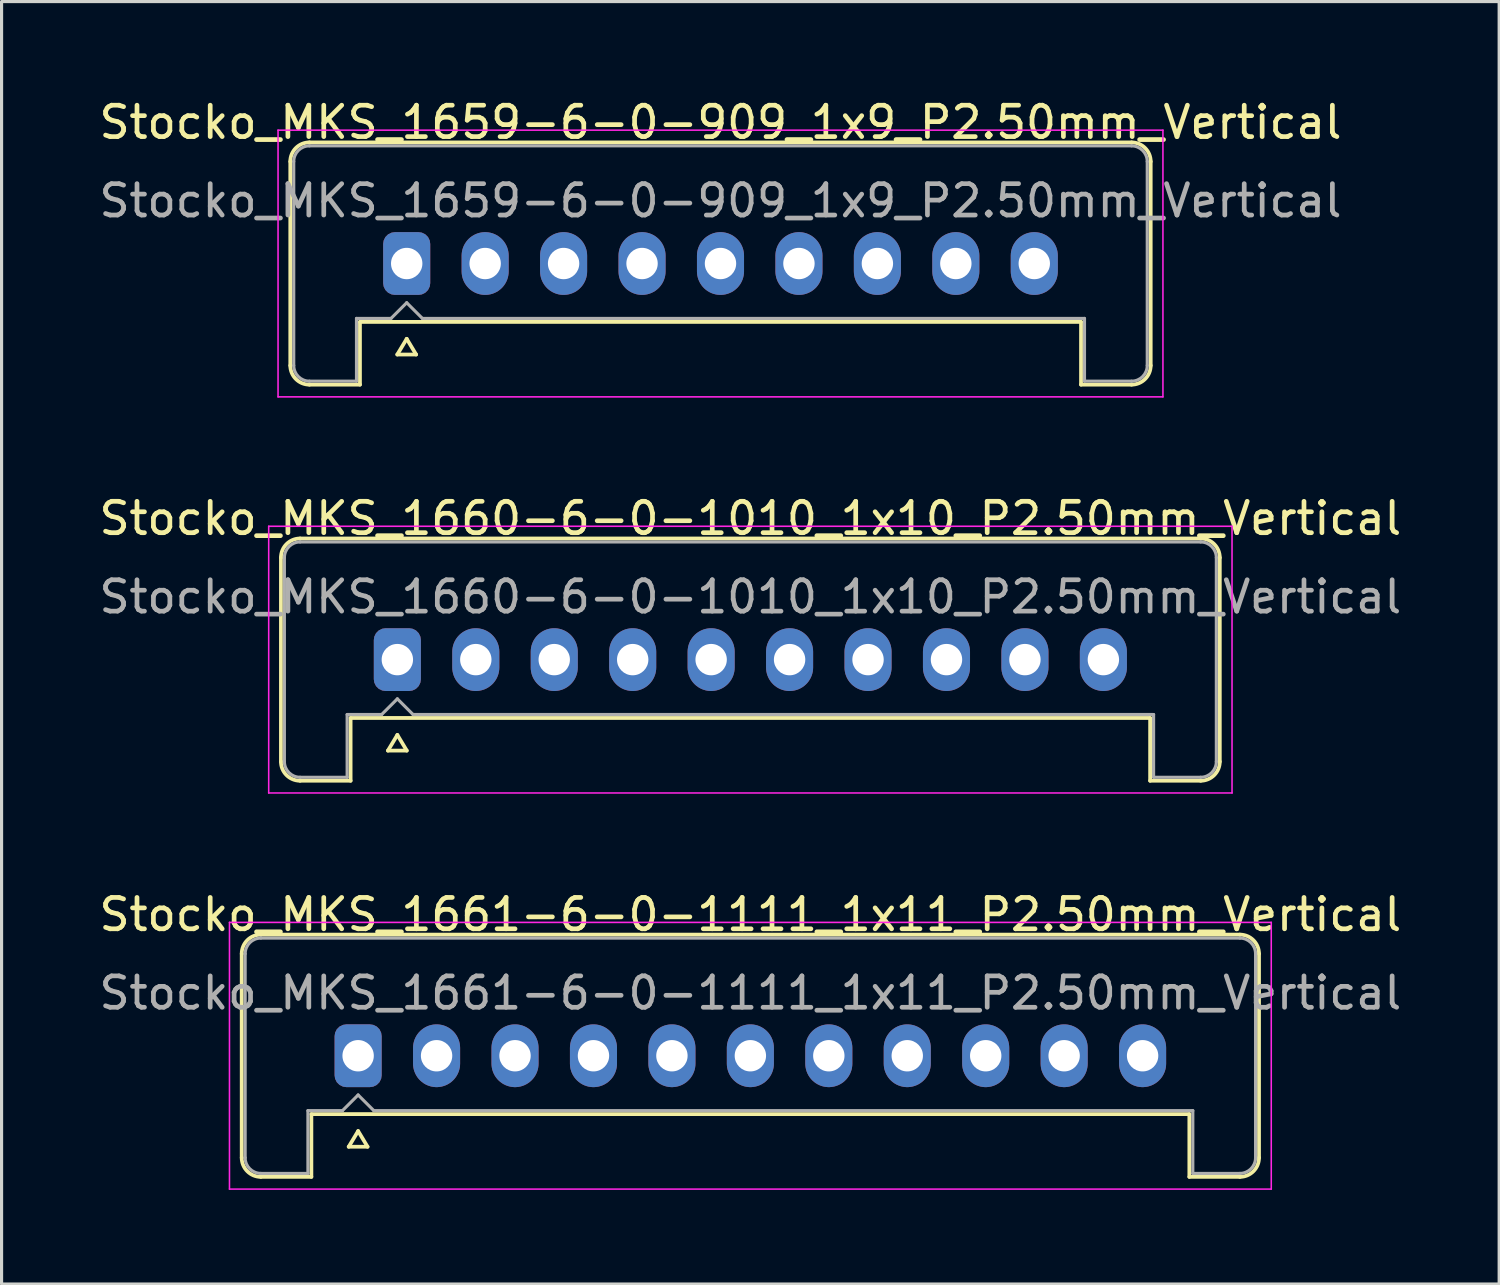
<source format=kicad_pcb>
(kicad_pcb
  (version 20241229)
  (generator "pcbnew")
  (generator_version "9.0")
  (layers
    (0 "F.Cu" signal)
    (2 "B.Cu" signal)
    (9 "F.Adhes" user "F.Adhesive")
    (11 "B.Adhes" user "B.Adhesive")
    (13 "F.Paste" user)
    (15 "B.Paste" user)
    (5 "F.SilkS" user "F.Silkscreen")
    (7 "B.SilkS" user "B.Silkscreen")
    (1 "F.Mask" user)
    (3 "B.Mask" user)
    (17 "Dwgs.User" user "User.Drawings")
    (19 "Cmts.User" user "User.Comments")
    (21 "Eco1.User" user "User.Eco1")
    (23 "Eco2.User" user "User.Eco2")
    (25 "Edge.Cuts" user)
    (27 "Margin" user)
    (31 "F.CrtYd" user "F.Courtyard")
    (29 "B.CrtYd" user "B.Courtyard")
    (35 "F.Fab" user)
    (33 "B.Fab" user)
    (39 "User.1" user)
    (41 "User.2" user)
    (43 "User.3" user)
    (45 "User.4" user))
  (footprint "Stocko_MKS_1659-6-0-909_1x9_P2.50mm_Vertical"
    (layer "F.Cu")
    (at 9.911 5.348)
    (property "Reference" "Stocko_MKS_1659-6-0-909_1x9_P2.50mm_Vertical" (at 10 -4.5 0) (layer "F.SilkS") (effects (font (size 1 1) (thickness 0.15))))
    (attr through_hole)
    (fp_line (start -3.71 -3.25) (end -3.71 3.25) (stroke (width 0.12) (type solid)) (layer "F.SilkS"))
    (fp_line (start -3.1 -3.86) (end 23.1 -3.86) (stroke (width 0.12) (type solid)) (layer "F.SilkS"))
    (fp_line (start -3.1 3.86) (end -1.49 3.86) (stroke (width 0.12) (type solid)) (layer "F.SilkS"))
    (fp_line (start -1.49 1.86) (end 21.49 1.86) (stroke (width 0.12) (type solid)) (layer "F.SilkS"))
    (fp_line (start -1.49 3.86) (end -1.49 1.86) (stroke (width 0.12) (type solid)) (layer "F.SilkS"))
    (fp_line (start -0.3 2.9) (end 0.3 2.9) (stroke (width 0.12) (type solid)) (layer "F.SilkS"))
    (fp_line (start 0 2.4) (end -0.3 2.9) (stroke (width 0.12) (type solid)) (layer "F.SilkS"))
    (fp_line (start 0.3 2.9) (end 0 2.4) (stroke (width 0.12) (type solid)) (layer "F.SilkS"))
    (fp_line (start 21.49 3.86) (end 21.49 1.86) (stroke (width 0.12) (type solid)) (layer "F.SilkS"))
    (fp_line (start 23.1 3.86) (end 21.49 3.86) (stroke (width 0.12) (type solid)) (layer "F.SilkS"))
    (fp_line (start 23.71 -3.25) (end 23.71 3.25) (stroke (width 0.12) (type solid)) (layer "F.SilkS"))
    (fp_arc (start -3.71 -3.25) (mid -3.531335 -3.681335) (end -3.1 -3.86) (stroke (width 0.12) (type solid)) (layer "F.SilkS"))
    (fp_arc (start -3.1 3.86) (mid -3.531335 3.681335) (end -3.71 3.25) (stroke (width 0.12) (type solid)) (layer "F.SilkS"))
    (fp_arc (start 23.1 -3.86) (mid 23.531335 -3.681335) (end 23.71 -3.25) (stroke (width 0.12) (type solid)) (layer "F.SilkS"))
    (fp_arc (start 23.71 3.25) (mid 23.531335 3.681335) (end 23.1 3.86) (stroke (width 0.12) (type solid)) (layer "F.SilkS"))
    (fp_line (start -4.1 -4.25) (end -4.1 4.25) (stroke (width 0.05) (type solid)) (layer "F.CrtYd"))
    (fp_line (start -4.1 4.25) (end 24.1 4.25) (stroke (width 0.05) (type solid)) (layer "F.CrtYd"))
    (fp_line (start 24.1 -4.25) (end -4.1 -4.25) (stroke (width 0.05) (type solid)) (layer "F.CrtYd"))
    (fp_line (start 24.1 4.25) (end 24.1 -4.25) (stroke (width 0.05) (type solid)) (layer "F.CrtYd"))
    (fp_line (start -3.6 -3.25) (end -3.6 3.25) (stroke (width 0.1) (type solid)) (layer "F.Fab"))
    (fp_line (start -3.1 -3.75) (end 23.1 -3.75) (stroke (width 0.1) (type solid)) (layer "F.Fab"))
    (fp_line (start -3.1 3.75) (end -1.6 3.75) (stroke (width 0.1) (type solid)) (layer "F.Fab"))
    (fp_line (start -1.6 1.75) (end -0.5 1.75) (stroke (width 0.1) (type solid)) (layer "F.Fab"))
    (fp_line (start -1.6 3.75) (end -1.6 1.75) (stroke (width 0.1) (type solid)) (layer "F.Fab"))
    (fp_line (start -0.5 1.75) (end 0 1.25) (stroke (width 0.1) (type solid)) (layer "F.Fab"))
    (fp_line (start 0 1.25) (end 0.5 1.75) (stroke (width 0.1) (type solid)) (layer "F.Fab"))
    (fp_line (start 0.5 1.75) (end 21.6 1.75) (stroke (width 0.1) (type solid)) (layer "F.Fab"))
    (fp_line (start 21.6 3.75) (end 21.6 1.75) (stroke (width 0.1) (type solid)) (layer "F.Fab"))
    (fp_line (start 23.1 3.75) (end 21.6 3.75) (stroke (width 0.1) (type solid)) (layer "F.Fab"))
    (fp_line (start 23.6 -3.25) (end 23.6 3.25) (stroke (width 0.1) (type solid)) (layer "F.Fab"))
    (fp_arc (start -3.6 -3.25) (mid -3.453553 -3.603553) (end -3.1 -3.75) (stroke (width 0.1) (type solid)) (layer "F.Fab"))
    (fp_arc (start -3.1 3.75) (mid -3.453553 3.603553) (end -3.6 3.25) (stroke (width 0.1) (type solid)) (layer "F.Fab"))
    (fp_arc (start 23.1 -3.75) (mid 23.453553 -3.603553) (end 23.6 -3.25) (stroke (width 0.1) (type solid)) (layer "F.Fab"))
    (fp_arc (start 23.6 3.25) (mid 23.453553 3.603553) (end 23.1 3.75) (stroke (width 0.1) (type solid)) (layer "F.Fab"))
    (fp_text user "${REFERENCE}" (at 10 -2 0) (layer "F.Fab") (effects (font (size 1 1) (thickness 0.15))))
    (pad "1" thru_hole roundrect (at 0 0) (size 1.5 2) (drill 1) (layers "*.Cu" "*.Mask") (roundrect_rratio 0.25))
    (pad "2" thru_hole oval (at 2.5 0) (size 1.5 2) (drill 1) (layers "*.Cu" "*.Mask"))
    (pad "3" thru_hole oval (at 5 0) (size 1.5 2) (drill 1) (layers "*.Cu" "*.Mask"))
    (pad "4" thru_hole oval (at 7.5 0) (size 1.5 2) (drill 1) (layers "*.Cu" "*.Mask"))
    (pad "5" thru_hole oval (at 10 0) (size 1.5 2) (drill 1) (layers "*.Cu" "*.Mask"))
    (pad "6" thru_hole oval (at 12.5 0) (size 1.5 2) (drill 1) (layers "*.Cu" "*.Mask"))
    (pad "7" thru_hole oval (at 15 0) (size 1.5 2) (drill 1) (layers "*.Cu" "*.Mask"))
    (pad "8" thru_hole oval (at 17.5 0) (size 1.5 2) (drill 1) (layers "*.Cu" "*.Mask"))
    (pad "9" thru_hole oval (at 20 0) (size 1.5 2) (drill 1) (layers "*.Cu" "*.Mask")))
  (footprint "Stocko_MKS_1661-6-0-1111_1x11_P2.50mm_Vertical"
    (layer "F.Cu")
    (at 8.363 30.595)
    (property "Reference" "Stocko_MKS_1661-6-0-1111_1x11_P2.50mm_Vertical" (at 12.5 -4.5 0) (layer "F.SilkS") (effects (font (size 1 1) (thickness 0.15))))
    (attr through_hole)
    (fp_line (start -3.71 -3.25) (end -3.71 3.25) (stroke (width 0.12) (type solid)) (layer "F.SilkS"))
    (fp_line (start -3.1 -3.86) (end 28.1 -3.86) (stroke (width 0.12) (type solid)) (layer "F.SilkS"))
    (fp_line (start -3.1 3.86) (end -1.49 3.86) (stroke (width 0.12) (type solid)) (layer "F.SilkS"))
    (fp_line (start -1.49 1.86) (end 26.49 1.86) (stroke (width 0.12) (type solid)) (layer "F.SilkS"))
    (fp_line (start -1.49 3.86) (end -1.49 1.86) (stroke (width 0.12) (type solid)) (layer "F.SilkS"))
    (fp_line (start -0.3 2.9) (end 0.3 2.9) (stroke (width 0.12) (type solid)) (layer "F.SilkS"))
    (fp_line (start 0 2.4) (end -0.3 2.9) (stroke (width 0.12) (type solid)) (layer "F.SilkS"))
    (fp_line (start 0.3 2.9) (end 0 2.4) (stroke (width 0.12) (type solid)) (layer "F.SilkS"))
    (fp_line (start 26.49 3.86) (end 26.49 1.86) (stroke (width 0.12) (type solid)) (layer "F.SilkS"))
    (fp_line (start 28.1 3.86) (end 26.49 3.86) (stroke (width 0.12) (type solid)) (layer "F.SilkS"))
    (fp_line (start 28.71 -3.25) (end 28.71 3.25) (stroke (width 0.12) (type solid)) (layer "F.SilkS"))
    (fp_arc (start -3.71 -3.25) (mid -3.531335 -3.681335) (end -3.1 -3.86) (stroke (width 0.12) (type solid)) (layer "F.SilkS"))
    (fp_arc (start -3.1 3.86) (mid -3.531335 3.681335) (end -3.71 3.25) (stroke (width 0.12) (type solid)) (layer "F.SilkS"))
    (fp_arc (start 28.1 -3.86) (mid 28.531335 -3.681335) (end 28.71 -3.25) (stroke (width 0.12) (type solid)) (layer "F.SilkS"))
    (fp_arc (start 28.71 3.25) (mid 28.531335 3.681335) (end 28.1 3.86) (stroke (width 0.12) (type solid)) (layer "F.SilkS"))
    (fp_line (start -4.1 -4.25) (end -4.1 4.25) (stroke (width 0.05) (type solid)) (layer "F.CrtYd"))
    (fp_line (start -4.1 4.25) (end 29.1 4.25) (stroke (width 0.05) (type solid)) (layer "F.CrtYd"))
    (fp_line (start 29.1 -4.25) (end -4.1 -4.25) (stroke (width 0.05) (type solid)) (layer "F.CrtYd"))
    (fp_line (start 29.1 4.25) (end 29.1 -4.25) (stroke (width 0.05) (type solid)) (layer "F.CrtYd"))
    (fp_line (start -3.6 -3.25) (end -3.6 3.25) (stroke (width 0.1) (type solid)) (layer "F.Fab"))
    (fp_line (start -3.1 -3.75) (end 28.1 -3.75) (stroke (width 0.1) (type solid)) (layer "F.Fab"))
    (fp_line (start -3.1 3.75) (end -1.6 3.75) (stroke (width 0.1) (type solid)) (layer "F.Fab"))
    (fp_line (start -1.6 1.75) (end -0.5 1.75) (stroke (width 0.1) (type solid)) (layer "F.Fab"))
    (fp_line (start -1.6 3.75) (end -1.6 1.75) (stroke (width 0.1) (type solid)) (layer "F.Fab"))
    (fp_line (start -0.5 1.75) (end 0 1.25) (stroke (width 0.1) (type solid)) (layer "F.Fab"))
    (fp_line (start 0 1.25) (end 0.5 1.75) (stroke (width 0.1) (type solid)) (layer "F.Fab"))
    (fp_line (start 0.5 1.75) (end 26.6 1.75) (stroke (width 0.1) (type solid)) (layer "F.Fab"))
    (fp_line (start 26.6 3.75) (end 26.6 1.75) (stroke (width 0.1) (type solid)) (layer "F.Fab"))
    (fp_line (start 28.1 3.75) (end 26.6 3.75) (stroke (width 0.1) (type solid)) (layer "F.Fab"))
    (fp_line (start 28.6 -3.25) (end 28.6 3.25) (stroke (width 0.1) (type solid)) (layer "F.Fab"))
    (fp_arc (start -3.6 -3.25) (mid -3.453553 -3.603553) (end -3.1 -3.75) (stroke (width 0.1) (type solid)) (layer "F.Fab"))
    (fp_arc (start -3.1 3.75) (mid -3.453553 3.603553) (end -3.6 3.25) (stroke (width 0.1) (type solid)) (layer "F.Fab"))
    (fp_arc (start 28.1 -3.75) (mid 28.453553 -3.603553) (end 28.6 -3.25) (stroke (width 0.1) (type solid)) (layer "F.Fab"))
    (fp_arc (start 28.6 3.25) (mid 28.453553 3.603553) (end 28.1 3.75) (stroke (width 0.1) (type solid)) (layer "F.Fab"))
    (fp_text user "${REFERENCE}" (at 12.5 -2 0) (layer "F.Fab") (effects (font (size 1 1) (thickness 0.15))))
    (pad "1" thru_hole roundrect (at 0 0) (size 1.5 2) (drill 1) (layers "*.Cu" "*.Mask") (roundrect_rratio 0.25))
    (pad "2" thru_hole oval (at 2.5 0) (size 1.5 2) (drill 1) (layers "*.Cu" "*.Mask"))
    (pad "3" thru_hole oval (at 5 0) (size 1.5 2) (drill 1) (layers "*.Cu" "*.Mask"))
    (pad "4" thru_hole oval (at 7.5 0) (size 1.5 2) (drill 1) (layers "*.Cu" "*.Mask"))
    (pad "5" thru_hole oval (at 10 0) (size 1.5 2) (drill 1) (layers "*.Cu" "*.Mask"))
    (pad "6" thru_hole oval (at 12.5 0) (size 1.5 2) (drill 1) (layers "*.Cu" "*.Mask"))
    (pad "7" thru_hole oval (at 15 0) (size 1.5 2) (drill 1) (layers "*.Cu" "*.Mask"))
    (pad "8" thru_hole oval (at 17.5 0) (size 1.5 2) (drill 1) (layers "*.Cu" "*.Mask"))
    (pad "9" thru_hole oval (at 20 0) (size 1.5 2) (drill 1) (layers "*.Cu" "*.Mask"))
    (pad "10" thru_hole oval (at 22.5 0) (size 1.5 2) (drill 1) (layers "*.Cu" "*.Mask"))
    (pad "11" thru_hole oval (at 25 0) (size 1.5 2) (drill 1) (layers "*.Cu" "*.Mask")))
  (footprint "Stocko_MKS_1660-6-0-1010_1x10_P2.50mm_Vertical"
    (layer "F.Cu")
    (at 9.613 17.971)
    (property "Reference" "Stocko_MKS_1660-6-0-1010_1x10_P2.50mm_Vertical" (at 11.25 -4.5 0) (layer "F.SilkS") (effects (font (size 1 1) (thickness 0.15))))
    (attr through_hole)
    (fp_line (start -3.71 -3.25) (end -3.71 3.25) (stroke (width 0.12) (type solid)) (layer "F.SilkS"))
    (fp_line (start -3.1 -3.86) (end 25.6 -3.86) (stroke (width 0.12) (type solid)) (layer "F.SilkS"))
    (fp_line (start -3.1 3.86) (end -1.49 3.86) (stroke (width 0.12) (type solid)) (layer "F.SilkS"))
    (fp_line (start -1.49 1.86) (end 23.99 1.86) (stroke (width 0.12) (type solid)) (layer "F.SilkS"))
    (fp_line (start -1.49 3.86) (end -1.49 1.86) (stroke (width 0.12) (type solid)) (layer "F.SilkS"))
    (fp_line (start -0.3 2.9) (end 0.3 2.9) (stroke (width 0.12) (type solid)) (layer "F.SilkS"))
    (fp_line (start 0 2.4) (end -0.3 2.9) (stroke (width 0.12) (type solid)) (layer "F.SilkS"))
    (fp_line (start 0.3 2.9) (end 0 2.4) (stroke (width 0.12) (type solid)) (layer "F.SilkS"))
    (fp_line (start 23.99 3.86) (end 23.99 1.86) (stroke (width 0.12) (type solid)) (layer "F.SilkS"))
    (fp_line (start 25.6 3.86) (end 23.99 3.86) (stroke (width 0.12) (type solid)) (layer "F.SilkS"))
    (fp_line (start 26.21 -3.25) (end 26.21 3.25) (stroke (width 0.12) (type solid)) (layer "F.SilkS"))
    (fp_arc (start -3.71 -3.25) (mid -3.531335 -3.681335) (end -3.1 -3.86) (stroke (width 0.12) (type solid)) (layer "F.SilkS"))
    (fp_arc (start -3.1 3.86) (mid -3.531335 3.681335) (end -3.71 3.25) (stroke (width 0.12) (type solid)) (layer "F.SilkS"))
    (fp_arc (start 25.6 -3.86) (mid 26.031335 -3.681335) (end 26.21 -3.25) (stroke (width 0.12) (type solid)) (layer "F.SilkS"))
    (fp_arc (start 26.21 3.25) (mid 26.031335 3.681335) (end 25.6 3.86) (stroke (width 0.12) (type solid)) (layer "F.SilkS"))
    (fp_line (start -4.1 -4.25) (end -4.1 4.25) (stroke (width 0.05) (type solid)) (layer "F.CrtYd"))
    (fp_line (start -4.1 4.25) (end 26.6 4.25) (stroke (width 0.05) (type solid)) (layer "F.CrtYd"))
    (fp_line (start 26.6 -4.25) (end -4.1 -4.25) (stroke (width 0.05) (type solid)) (layer "F.CrtYd"))
    (fp_line (start 26.6 4.25) (end 26.6 -4.25) (stroke (width 0.05) (type solid)) (layer "F.CrtYd"))
    (fp_line (start -3.6 -3.25) (end -3.6 3.25) (stroke (width 0.1) (type solid)) (layer "F.Fab"))
    (fp_line (start -3.1 -3.75) (end 25.6 -3.75) (stroke (width 0.1) (type solid)) (layer "F.Fab"))
    (fp_line (start -3.1 3.75) (end -1.6 3.75) (stroke (width 0.1) (type solid)) (layer "F.Fab"))
    (fp_line (start -1.6 1.75) (end -0.5 1.75) (stroke (width 0.1) (type solid)) (layer "F.Fab"))
    (fp_line (start -1.6 3.75) (end -1.6 1.75) (stroke (width 0.1) (type solid)) (layer "F.Fab"))
    (fp_line (start -0.5 1.75) (end 0 1.25) (stroke (width 0.1) (type solid)) (layer "F.Fab"))
    (fp_line (start 0 1.25) (end 0.5 1.75) (stroke (width 0.1) (type solid)) (layer "F.Fab"))
    (fp_line (start 0.5 1.75) (end 24.1 1.75) (stroke (width 0.1) (type solid)) (layer "F.Fab"))
    (fp_line (start 24.1 3.75) (end 24.1 1.75) (stroke (width 0.1) (type solid)) (layer "F.Fab"))
    (fp_line (start 25.6 3.75) (end 24.1 3.75) (stroke (width 0.1) (type solid)) (layer "F.Fab"))
    (fp_line (start 26.1 -3.25) (end 26.1 3.25) (stroke (width 0.1) (type solid)) (layer "F.Fab"))
    (fp_arc (start -3.6 -3.25) (mid -3.453553 -3.603553) (end -3.1 -3.75) (stroke (width 0.1) (type solid)) (layer "F.Fab"))
    (fp_arc (start -3.1 3.75) (mid -3.453553 3.603553) (end -3.6 3.25) (stroke (width 0.1) (type solid)) (layer "F.Fab"))
    (fp_arc (start 25.6 -3.75) (mid 25.953553 -3.603553) (end 26.1 -3.25) (stroke (width 0.1) (type solid)) (layer "F.Fab"))
    (fp_arc (start 26.1 3.25) (mid 25.953553 3.603553) (end 25.6 3.75) (stroke (width 0.1) (type solid)) (layer "F.Fab"))
    (fp_text user "${REFERENCE}" (at 11.25 -2 0) (layer "F.Fab") (effects (font (size 1 1) (thickness 0.15))))
    (pad "1" thru_hole roundrect (at 0 0) (size 1.5 2) (drill 1) (layers "*.Cu" "*.Mask") (roundrect_rratio 0.25))
    (pad "2" thru_hole oval (at 2.5 0) (size 1.5 2) (drill 1) (layers "*.Cu" "*.Mask"))
    (pad "3" thru_hole oval (at 5 0) (size 1.5 2) (drill 1) (layers "*.Cu" "*.Mask"))
    (pad "4" thru_hole oval (at 7.5 0) (size 1.5 2) (drill 1) (layers "*.Cu" "*.Mask"))
    (pad "5" thru_hole oval (at 10 0) (size 1.5 2) (drill 1) (layers "*.Cu" "*.Mask"))
    (pad "6" thru_hole oval (at 12.5 0) (size 1.5 2) (drill 1) (layers "*.Cu" "*.Mask"))
    (pad "7" thru_hole oval (at 15 0) (size 1.5 2) (drill 1) (layers "*.Cu" "*.Mask"))
    (pad "8" thru_hole oval (at 17.5 0) (size 1.5 2) (drill 1) (layers "*.Cu" "*.Mask"))
    (pad "9" thru_hole oval (at 20 0) (size 1.5 2) (drill 1) (layers "*.Cu" "*.Mask"))
    (pad "10" thru_hole oval (at 22.5 0) (size 1.5 2) (drill 1) (layers "*.Cu" "*.Mask")))
  (gr_rect
    (start -3 -3)
    (end 44.726 37.87)
    (stroke (width 0.1) (type default))
    (fill no)
    (layer "Edge.Cuts")))
</source>
